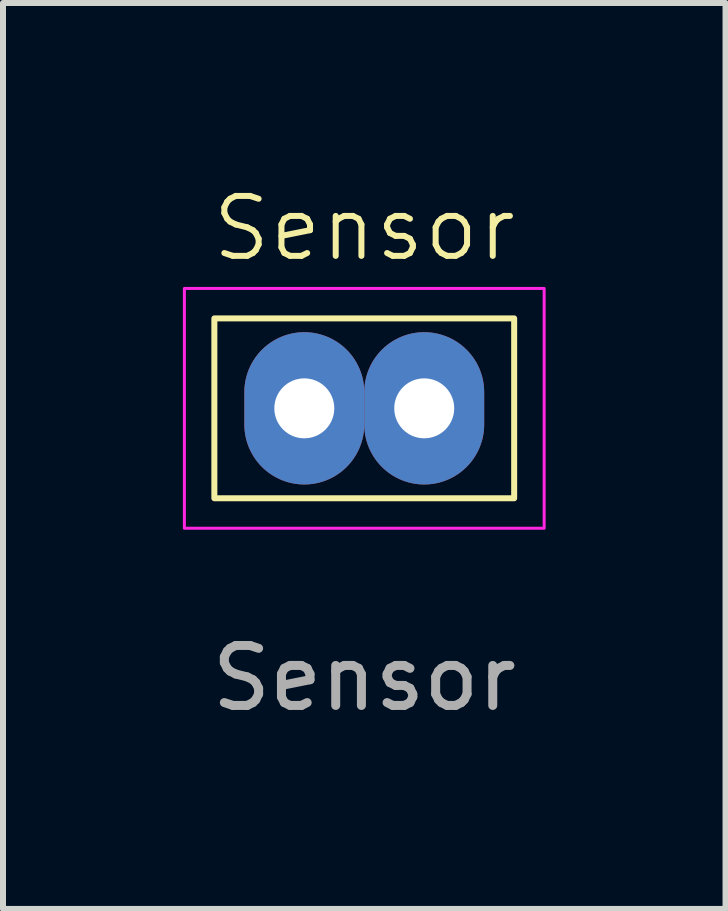
<source format=kicad_pcb>
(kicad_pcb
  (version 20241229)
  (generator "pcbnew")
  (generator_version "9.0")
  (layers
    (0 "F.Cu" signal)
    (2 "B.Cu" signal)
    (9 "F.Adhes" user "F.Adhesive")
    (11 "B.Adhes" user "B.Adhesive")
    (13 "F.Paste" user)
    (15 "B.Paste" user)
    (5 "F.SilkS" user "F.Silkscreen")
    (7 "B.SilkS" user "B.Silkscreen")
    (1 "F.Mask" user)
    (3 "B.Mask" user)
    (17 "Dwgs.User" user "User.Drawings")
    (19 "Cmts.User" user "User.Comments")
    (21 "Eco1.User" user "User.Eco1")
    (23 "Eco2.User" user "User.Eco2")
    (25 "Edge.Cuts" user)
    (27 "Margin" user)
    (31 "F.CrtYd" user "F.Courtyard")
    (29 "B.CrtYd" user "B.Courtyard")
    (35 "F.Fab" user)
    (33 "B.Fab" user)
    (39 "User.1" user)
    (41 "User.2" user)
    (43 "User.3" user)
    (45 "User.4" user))
  (footprint "Sensor"
    (layer "F.Cu")
    (at 3.025 3.76)
    (property "Reference" "Sensor" (at 0 -3 0) (unlocked yes) (layer "F.SilkS") (effects (font (size 1 1) (thickness 0.1))))
    (attr through_hole)
    (fp_rect (start -2.5 -1.5) (end 2.5 1.5) (stroke (width 0.1) (type default)) (fill no) (layer "F.SilkS"))
    (fp_rect (start -3 -2) (end 3 2) (stroke (width 0.05) (type default)) (fill no) (layer "F.CrtYd"))
    (fp_text user "${REFERENCE}" (at 0 4.5 0) (unlocked yes) (layer "F.Fab") (effects (font (size 1 1) (thickness 0.15))))
    (pad "1" thru_hole oval (at -1 0) (size 2 2.54) (drill 1) (layers "*.Cu" "*.Mask"))
    (pad "2" thru_hole oval (at 1 0) (size 2 2.54) (drill 1) (layers "*.Cu" "*.Mask")))
  (gr_rect
    (start -3 -3)
    (end 9.05 12.109)
    (stroke (width 0.1) (type default))
    (fill no)
    (layer "Edge.Cuts")))
</source>
